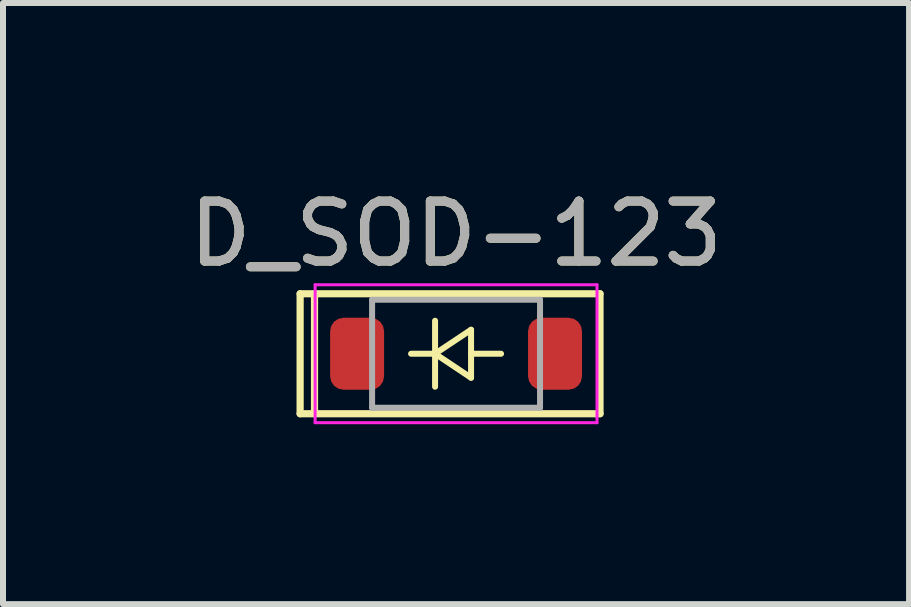
<source format=kicad_pcb>
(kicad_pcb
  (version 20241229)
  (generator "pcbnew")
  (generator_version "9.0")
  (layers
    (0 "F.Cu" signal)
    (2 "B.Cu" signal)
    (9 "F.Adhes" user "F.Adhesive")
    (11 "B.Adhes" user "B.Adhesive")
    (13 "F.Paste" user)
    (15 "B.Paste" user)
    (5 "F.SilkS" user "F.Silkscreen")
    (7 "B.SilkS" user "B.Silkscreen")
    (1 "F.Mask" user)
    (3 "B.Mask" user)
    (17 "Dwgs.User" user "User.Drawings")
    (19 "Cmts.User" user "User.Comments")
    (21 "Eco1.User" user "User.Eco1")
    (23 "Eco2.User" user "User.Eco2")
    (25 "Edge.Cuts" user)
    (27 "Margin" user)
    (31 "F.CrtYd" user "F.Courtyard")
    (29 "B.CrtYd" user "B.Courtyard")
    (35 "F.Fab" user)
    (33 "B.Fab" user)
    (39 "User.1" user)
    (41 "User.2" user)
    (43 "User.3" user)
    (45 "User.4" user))
  (footprint "D_SOD-123"
    (layer "F.Cu")
    (at 4.554 2.848)
    (property "Reference" "D_SOD-123" (at 0 -2 0) (layer "F.SilkS") (effects (font (size 1 1) (thickness 0.15))))
    (attr smd)
    (fp_line (start -2.6 -1) (end -2.6 1) (stroke (width 0.12) (type solid)) (layer "F.SilkS"))
    (fp_line (start -2.6 -1) (end 2.4 -1) (stroke (width 0.12) (type solid)) (layer "F.SilkS"))
    (fp_line (start -2.6 1) (end 2.4 1) (stroke (width 0.12) (type solid)) (layer "F.SilkS"))
    (fp_line (start -2.36 -1) (end -2.36 1) (stroke (width 0.12) (type solid)) (layer "F.SilkS"))
    (fp_line (start -0.75 0) (end -0.35 0) (stroke (width 0.1) (type solid)) (layer "F.SilkS"))
    (fp_line (start -0.35 0) (end -0.35 -0.55) (stroke (width 0.1) (type solid)) (layer "F.SilkS"))
    (fp_line (start -0.35 0) (end -0.35 0.55) (stroke (width 0.1) (type solid)) (layer "F.SilkS"))
    (fp_line (start -0.35 0) (end 0.25 -0.4) (stroke (width 0.1) (type solid)) (layer "F.SilkS"))
    (fp_line (start 0.25 -0.4) (end 0.25 0.4) (stroke (width 0.1) (type solid)) (layer "F.SilkS"))
    (fp_line (start 0.25 0) (end 0.75 0) (stroke (width 0.1) (type solid)) (layer "F.SilkS"))
    (fp_line (start 0.25 0.4) (end -0.35 0) (stroke (width 0.1) (type solid)) (layer "F.SilkS"))
    (fp_line (start 2.4 -1) (end 2.4 1) (stroke (width 0.12) (type solid)) (layer "F.SilkS"))
    (fp_line (start -2.35 -1.15) (end -2.35 1.15) (stroke (width 0.05) (type solid)) (layer "F.CrtYd"))
    (fp_line (start -2.35 -1.15) (end 2.35 -1.15) (stroke (width 0.05) (type solid)) (layer "F.CrtYd"))
    (fp_line (start 2.35 -1.15) (end 2.35 1.15) (stroke (width 0.05) (type solid)) (layer "F.CrtYd"))
    (fp_line (start 2.35 1.15) (end -2.35 1.15) (stroke (width 0.05) (type solid)) (layer "F.CrtYd"))
    (fp_line (start -1.4 -0.9) (end 1.4 -0.9) (stroke (width 0.1) (type solid)) (layer "F.Fab"))
    (fp_line (start -1.4 0.9) (end -1.4 -0.9) (stroke (width 0.1) (type solid)) (layer "F.Fab"))
    (fp_line (start 1.4 -0.9) (end 1.4 0.9) (stroke (width 0.1) (type solid)) (layer "F.Fab"))
    (fp_line (start 1.4 0.9) (end -1.4 0.9) (stroke (width 0.1) (type solid)) (layer "F.Fab"))
    (fp_text user "${REFERENCE}" (at 0 -2 0) (layer "F.Fab") (effects (font (size 1 1) (thickness 0.15))))
    (pad "1" smd roundrect (at -1.65 0) (size 0.9 1.2) (layers "F.Cu" "F.Mask" "F.Paste") (roundrect_rratio 0.25))
    (pad "2" smd roundrect (at 1.65 0) (size 0.9 1.2) (layers "F.Cu" "F.Mask" "F.Paste") (roundrect_rratio 0.25)))
  (gr_rect
    (start -3 -3)
    (end 12.107 7.023)
    (stroke (width 0.1) (type default))
    (fill no)
    (layer "Edge.Cuts")))
</source>
